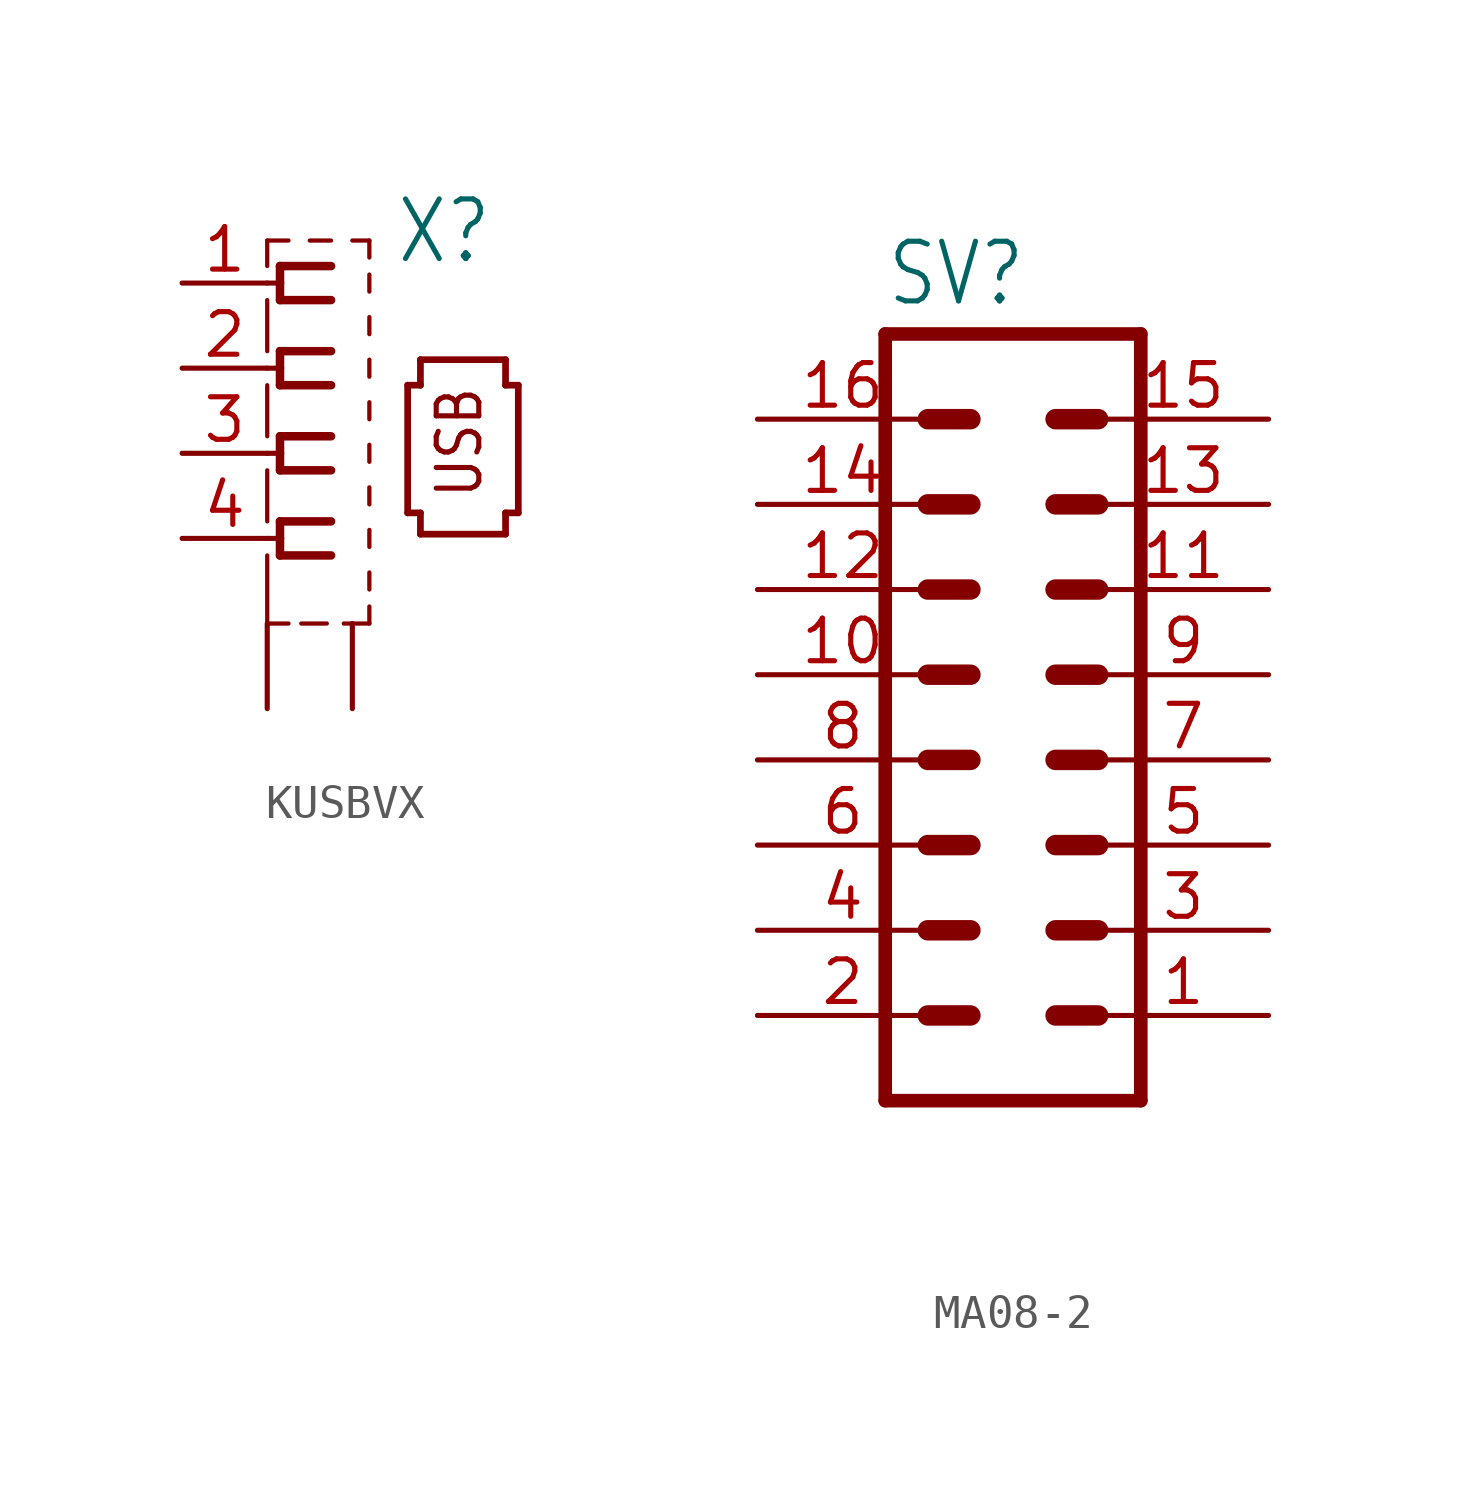
<source format=kicad_sym>
(kicad_symbol_lib
  (version 20220914)
  (generator kicad_symbol_editor)
  (symbol "KUSBVX"
    (property "Reference" "X"
      (at 1.27 5.588 0)
      (effects (font (size 1.778 1.511)) (justify left bottom)))
    (property "Value" ""
      (at 1.27 -5.842 0)
      (effects (font (size 1.778 1.511)) (justify left bottom)))
    (property "ki_locked" ""
      (at 0 0 0)
      (effects (font (size 1.27 1.27))))
    (symbol "KUSBVX_1_0"
      (polyline (pts (xy -2.54 -5.08) (xy -1.905 -5.08)) (stroke (width 0.127) (type solid)) (fill (type none)))
      (polyline (pts (xy -2.54 -3.048) (xy -2.54 -5.08)) (stroke (width 0.127) (type solid)) (fill (type none)))
      (polyline (pts (xy -2.54 -2.54) (xy -2.159 -2.54)) (stroke (width 0.152) (type solid)) (fill (type none)))
      (polyline (pts (xy -2.54 -0.508) (xy -2.54 -2.032)) (stroke (width 0.127) (type solid)) (fill (type none)))
      (polyline (pts (xy -2.54 0) (xy -2.159 0)) (stroke (width 0.152) (type solid)) (fill (type none)))
      (polyline (pts (xy -2.54 2.032) (xy -2.54 0.508)) (stroke (width 0.127) (type solid)) (fill (type none)))
      (polyline (pts (xy -2.54 2.54) (xy -2.159 2.54)) (stroke (width 0.152) (type solid)) (fill (type none)))
      (polyline (pts (xy -2.54 4.572) (xy -2.54 3.048)) (stroke (width 0.127) (type solid)) (fill (type none)))
      (polyline (pts (xy -2.54 5.08) (xy -2.159 5.08)) (stroke (width 0.152) (type solid)) (fill (type none)))
      (polyline (pts (xy -2.54 6.35) (xy -2.54 5.588)) (stroke (width 0.127) (type solid)) (fill (type none)))
      (polyline (pts (xy -2.159 -3.048) (xy -0.635 -3.048)) (stroke (width 0.254) (type solid)) (fill (type none)))
      (polyline (pts (xy -2.159 -2.54) (xy -2.159 -3.048)) (stroke (width 0.254) (type solid)) (fill (type none)))
      (polyline (pts (xy -2.159 -2.032) (xy -2.159 -2.54)) (stroke (width 0.254) (type solid)) (fill (type none)))
      (polyline (pts (xy -2.159 -0.508) (xy -0.635 -0.508)) (stroke (width 0.254) (type solid)) (fill (type none)))
      (polyline (pts (xy -2.159 0) (xy -2.159 -0.508)) (stroke (width 0.254) (type solid)) (fill (type none)))
      (polyline (pts (xy -2.159 0.508) (xy -2.159 0)) (stroke (width 0.254) (type solid)) (fill (type none)))
      (polyline (pts (xy -2.159 2.032) (xy -0.635 2.032)) (stroke (width 0.254) (type solid)) (fill (type none)))
      (polyline (pts (xy -2.159 2.54) (xy -2.159 2.032)) (stroke (width 0.254) (type solid)) (fill (type none)))
      (polyline (pts (xy -2.159 3.048) (xy -2.159 2.54)) (stroke (width 0.254) (type solid)) (fill (type none)))
      (polyline (pts (xy -2.159 4.572) (xy -0.635 4.572)) (stroke (width 0.254) (type solid)) (fill (type none)))
      (polyline (pts (xy -2.159 5.08) (xy -2.159 4.572)) (stroke (width 0.254) (type solid)) (fill (type none)))
      (polyline (pts (xy -2.159 5.588) (xy -2.159 5.08)) (stroke (width 0.254) (type solid)) (fill (type none)))
      (polyline (pts (xy -1.905 6.35) (xy -2.54 6.35)) (stroke (width 0.127) (type solid)) (fill (type none)))
      (polyline (pts (xy -1.524 -5.08) (xy -0.762 -5.08)) (stroke (width 0.127) (type solid)) (fill (type none)))
      (polyline (pts (xy -0.635 -2.032) (xy -2.159 -2.032)) (stroke (width 0.254) (type solid)) (fill (type none)))
      (polyline (pts (xy -0.635 0.508) (xy -2.159 0.508)) (stroke (width 0.254) (type solid)) (fill (type none)))
      (polyline (pts (xy -0.635 3.048) (xy -2.159 3.048)) (stroke (width 0.254) (type solid)) (fill (type none)))
      (polyline (pts (xy -0.635 5.588) (xy -2.159 5.588)) (stroke (width 0.254) (type solid)) (fill (type none)))
      (polyline (pts (xy -0.635 6.35) (xy -1.27 6.35)) (stroke (width 0.127) (type solid)) (fill (type none)))
      (polyline (pts (xy -0.254 -5.08) (xy 0.508 -5.08)) (stroke (width 0.127) (type solid)) (fill (type none)))
      (polyline (pts (xy 0.508 -5.08) (xy 0.508 -4.572)) (stroke (width 0.127) (type solid)) (fill (type none)))
      (polyline (pts (xy 0.508 -4.064) (xy 0.508 -3.556)) (stroke (width 0.127) (type solid)) (fill (type none)))
      (polyline (pts (xy 0.508 -2.794) (xy 0.508 -2.286)) (stroke (width 0.127) (type solid)) (fill (type none)))
      (polyline (pts (xy 0.508 -1.524) (xy 0.508 -1.016)) (stroke (width 0.127) (type solid)) (fill (type none)))
      (polyline (pts (xy 0.508 -0.254) (xy 0.508 0.254)) (stroke (width 0.127) (type solid)) (fill (type none)))
      (polyline (pts (xy 0.508 1.016) (xy 0.508 1.524)) (stroke (width 0.127) (type solid)) (fill (type none)))
      (polyline (pts (xy 0.508 2.286) (xy 0.508 2.794)) (stroke (width 0.127) (type solid)) (fill (type none)))
      (polyline (pts (xy 0.508 3.556) (xy 0.508 4.064)) (stroke (width 0.127) (type solid)) (fill (type none)))
      (polyline (pts (xy 0.508 4.826) (xy 0.508 5.334)) (stroke (width 0.127) (type solid)) (fill (type none)))
      (polyline (pts (xy 0.508 5.842) (xy 0.508 6.35)) (stroke (width 0.127) (type solid)) (fill (type none)))
      (polyline (pts (xy 0.508 6.35) (xy 0 6.35)) (stroke (width 0.127) (type solid)) (fill (type none)))
      (polyline (pts (xy 1.651 -1.778) (xy 2.032 -1.778)) (stroke (width 0.2) (type solid)) (fill (type none)))
      (polyline (pts (xy 1.651 2.032) (xy 1.651 -1.778)) (stroke (width 0.2) (type solid)) (fill (type none)))
      (polyline (pts (xy 2.032 -2.413) (xy 4.572 -2.413)) (stroke (width 0.2) (type solid)) (fill (type none)))
      (polyline (pts (xy 2.032 -1.778) (xy 2.032 -2.413)) (stroke (width 0.2) (type solid)) (fill (type none)))
      (polyline (pts (xy 2.032 2.032) (xy 1.651 2.032)) (stroke (width 0.2) (type solid)) (fill (type none)))
      (polyline (pts (xy 2.032 2.794) (xy 2.032 2.032)) (stroke (width 0.2) (type solid)) (fill (type none)))
      (polyline (pts (xy 4.572 -2.413) (xy 4.572 -1.778)) (stroke (width 0.2) (type solid)) (fill (type none)))
      (polyline (pts (xy 4.572 -1.778) (xy 4.953 -1.778)) (stroke (width 0.2) (type solid)) (fill (type none)))
      (polyline (pts (xy 4.572 2.032) (xy 4.572 2.794)) (stroke (width 0.2) (type solid)) (fill (type none)))
      (polyline (pts (xy 4.572 2.794) (xy 2.032 2.794)) (stroke (width 0.2) (type solid)) (fill (type none)))
      (polyline (pts (xy 4.953 -1.778) (xy 4.953 2.032)) (stroke (width 0.2) (type solid)) (fill (type none)))
      (polyline (pts (xy 4.953 2.032) (xy 4.572 2.032)) (stroke (width 0.2) (type solid)) (fill (type none)))
      (text "USB" (at 3.937 -1.397 900) (effects (font (size 1.27 1.079)) (justify left bottom)))
      (pin passive line (at -5.08 5.08 0) (length 2.54) (name "1" (effects (font (size 0 0)))) (number "1" (effects (font (size 1.27 1.27)))))
      (pin passive line (at -5.08 2.54 0) (length 2.54) (name "2" (effects (font (size 0 0)))) (number "2" (effects (font (size 1.27 1.27)))))
      (pin passive line (at -5.08 0 0) (length 2.54) (name "3" (effects (font (size 0 0)))) (number "3" (effects (font (size 1.27 1.27)))))
      (pin passive line (at -5.08 -2.54 0) (length 2.54) (name "4" (effects (font (size 0 0)))) (number "4" (effects (font (size 1.27 1.27)))))
      (pin passive line (at -2.54 -7.62 90) (length 2.54) (name "S1" (effects (font (size 0 0)))) (number "M1" (effects (font (size 0 0)))))
      (pin passive line (at 0 -7.62 90) (length 2.54) (name "S2" (effects (font (size 0 0)))) (number "M2" (effects (font (size 0 0)))))))
  (symbol "MA08-2"
    (property "Reference" "SV"
      (at -3.81 13.462 0)
      (effects (font (size 1.778 1.511)) (justify left bottom)))
    (property "Value" ""
      (at -3.81 -12.7 0)
      (effects (font (size 1.778 1.511)) (justify left bottom)))
    (property "ki_locked" ""
      (at 0 0 0)
      (effects (font (size 1.27 1.27))))
    (symbol "MA08-2_1_0"
      (polyline (pts (xy -3.81 12.7) (xy -3.81 -10.16)) (stroke (width 0.406) (type solid)) (fill (type none)))
      (polyline (pts (xy -3.81 12.7) (xy 3.81 12.7)) (stroke (width 0.406) (type solid)) (fill (type none)))
      (polyline (pts (xy -2.54 -7.62) (xy -1.27 -7.62)) (stroke (width 0.61) (type solid)) (fill (type none)))
      (polyline (pts (xy -2.54 -5.08) (xy -1.27 -5.08)) (stroke (width 0.61) (type solid)) (fill (type none)))
      (polyline (pts (xy -2.54 -2.54) (xy -1.27 -2.54)) (stroke (width 0.61) (type solid)) (fill (type none)))
      (polyline (pts (xy -2.54 0) (xy -1.27 0)) (stroke (width 0.61) (type solid)) (fill (type none)))
      (polyline (pts (xy -2.54 2.54) (xy -1.27 2.54)) (stroke (width 0.61) (type solid)) (fill (type none)))
      (polyline (pts (xy -2.54 5.08) (xy -1.27 5.08)) (stroke (width 0.61) (type solid)) (fill (type none)))
      (polyline (pts (xy -2.54 7.62) (xy -1.27 7.62)) (stroke (width 0.61) (type solid)) (fill (type none)))
      (polyline (pts (xy -2.54 10.16) (xy -1.27 10.16)) (stroke (width 0.61) (type solid)) (fill (type none)))
      (polyline (pts (xy 1.27 -7.62) (xy 2.54 -7.62)) (stroke (width 0.61) (type solid)) (fill (type none)))
      (polyline (pts (xy 1.27 -5.08) (xy 2.54 -5.08)) (stroke (width 0.61) (type solid)) (fill (type none)))
      (polyline (pts (xy 1.27 -2.54) (xy 2.54 -2.54)) (stroke (width 0.61) (type solid)) (fill (type none)))
      (polyline (pts (xy 1.27 0) (xy 2.54 0)) (stroke (width 0.61) (type solid)) (fill (type none)))
      (polyline (pts (xy 1.27 2.54) (xy 2.54 2.54)) (stroke (width 0.61) (type solid)) (fill (type none)))
      (polyline (pts (xy 1.27 5.08) (xy 2.54 5.08)) (stroke (width 0.61) (type solid)) (fill (type none)))
      (polyline (pts (xy 1.27 7.62) (xy 2.54 7.62)) (stroke (width 0.61) (type solid)) (fill (type none)))
      (polyline (pts (xy 1.27 10.16) (xy 2.54 10.16)) (stroke (width 0.61) (type solid)) (fill (type none)))
      (polyline (pts (xy 3.81 -10.16) (xy -3.81 -10.16)) (stroke (width 0.406) (type solid)) (fill (type none)))
      (polyline (pts (xy 3.81 -10.16) (xy 3.81 12.7)) (stroke (width 0.406) (type solid)) (fill (type none)))
      (pin passive line (at 7.62 -7.62 180) (length 5.08) (name "1" (effects (font (size 0 0)))) (number "1" (effects (font (size 1.27 1.27)))))
      (pin passive line (at -7.62 2.54 0) (length 5.08) (name "10" (effects (font (size 0 0)))) (number "10" (effects (font (size 1.27 1.27)))))
      (pin passive line (at 7.62 5.08 180) (length 5.08) (name "11" (effects (font (size 0 0)))) (number "11" (effects (font (size 1.27 1.27)))))
      (pin passive line (at -7.62 5.08 0) (length 5.08) (name "12" (effects (font (size 0 0)))) (number "12" (effects (font (size 1.27 1.27)))))
      (pin passive line (at 7.62 7.62 180) (length 5.08) (name "13" (effects (font (size 0 0)))) (number "13" (effects (font (size 1.27 1.27)))))
      (pin passive line (at -7.62 7.62 0) (length 5.08) (name "14" (effects (font (size 0 0)))) (number "14" (effects (font (size 1.27 1.27)))))
      (pin passive line (at 7.62 10.16 180) (length 5.08) (name "15" (effects (font (size 0 0)))) (number "15" (effects (font (size 1.27 1.27)))))
      (pin passive line (at -7.62 10.16 0) (length 5.08) (name "16" (effects (font (size 0 0)))) (number "16" (effects (font (size 1.27 1.27)))))
      (pin passive line (at -7.62 -7.62 0) (length 5.08) (name "2" (effects (font (size 0 0)))) (number "2" (effects (font (size 1.27 1.27)))))
      (pin passive line (at 7.62 -5.08 180) (length 5.08) (name "3" (effects (font (size 0 0)))) (number "3" (effects (font (size 1.27 1.27)))))
      (pin passive line (at -7.62 -5.08 0) (length 5.08) (name "4" (effects (font (size 0 0)))) (number "4" (effects (font (size 1.27 1.27)))))
      (pin passive line (at 7.62 -2.54 180) (length 5.08) (name "5" (effects (font (size 0 0)))) (number "5" (effects (font (size 1.27 1.27)))))
      (pin passive line (at -7.62 -2.54 0) (length 5.08) (name "6" (effects (font (size 0 0)))) (number "6" (effects (font (size 1.27 1.27)))))
      (pin passive line (at 7.62 0 180) (length 5.08) (name "7" (effects (font (size 0 0)))) (number "7" (effects (font (size 1.27 1.27)))))
      (pin passive line (at -7.62 0 0) (length 5.08) (name "8" (effects (font (size 0 0)))) (number "8" (effects (font (size 1.27 1.27)))))
      (pin passive line (at 7.62 2.54 180) (length 5.08) (name "9" (effects (font (size 0 0)))) (number "9" (effects (font (size 1.27 1.27))))))))
</source>
